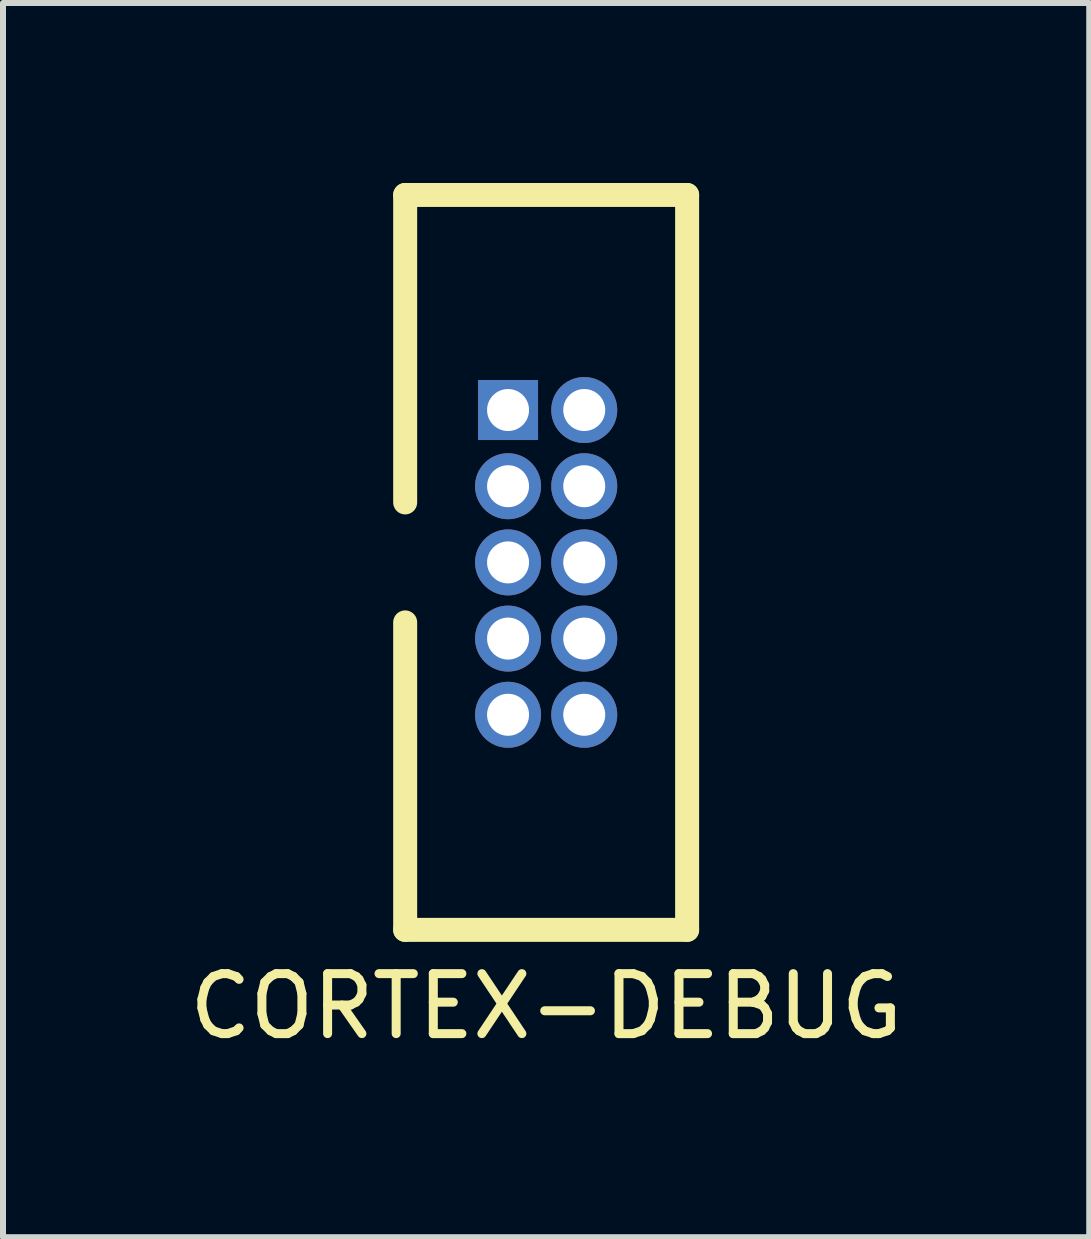
<source format=kicad_pcb>
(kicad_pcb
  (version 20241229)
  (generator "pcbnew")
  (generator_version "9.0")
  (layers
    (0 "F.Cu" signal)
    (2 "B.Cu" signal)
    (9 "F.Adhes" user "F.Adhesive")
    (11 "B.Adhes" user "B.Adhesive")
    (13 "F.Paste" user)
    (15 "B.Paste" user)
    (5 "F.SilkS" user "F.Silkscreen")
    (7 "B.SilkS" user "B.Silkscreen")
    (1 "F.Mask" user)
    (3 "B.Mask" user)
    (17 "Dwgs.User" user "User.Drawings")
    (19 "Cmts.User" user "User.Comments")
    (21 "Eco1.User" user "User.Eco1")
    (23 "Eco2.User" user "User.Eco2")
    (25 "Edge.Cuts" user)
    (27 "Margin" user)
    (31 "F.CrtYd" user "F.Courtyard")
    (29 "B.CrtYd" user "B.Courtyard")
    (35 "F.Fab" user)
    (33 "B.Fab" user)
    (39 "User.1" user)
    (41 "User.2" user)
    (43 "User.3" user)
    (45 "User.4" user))
  (footprint "CORTEX-DEBUG"
    (layer "F.Cu")
    (at 6.054 6.325)
    (property "Reference" "CORTEX-DEBUG" (at 0 7.4 0) (layer "F.SilkS") (effects (font (size 1 1) (thickness 0.15))))
    (attr through_hole)
    (fp_line (start -2.35 -6.125) (end -2.35 -1) (stroke (width 0.4) (type solid)) (layer "F.SilkS"))
    (fp_line (start -2.35 -6.125) (end 2.35 -6.125) (stroke (width 0.4) (type solid)) (layer "F.SilkS"))
    (fp_line (start -2.35 1) (end -2.35 6.125) (stroke (width 0.4) (type solid)) (layer "F.SilkS"))
    (fp_line (start -2.35 6.125) (end 2.35 6.125) (stroke (width 0.4) (type solid)) (layer "F.SilkS"))
    (fp_line (start 2.35 -6.125) (end 2.35 6.125) (stroke (width 0.4) (type solid)) (layer "F.SilkS"))
    (pad "1" thru_hole rect (at -0.635 -2.54) (size 1 1) (drill 0.7) (layers "*.Cu" "*.Mask"))
    (pad "2" thru_hole circle (at 0.635 -2.54) (size 1.1 1.1) (drill 0.7) (layers "*.Cu" "*.Mask"))
    (pad "3" thru_hole circle (at -0.635 -1.27) (size 1.1 1.1) (drill 0.7) (layers "*.Cu" "*.Mask"))
    (pad "4" thru_hole circle (at 0.635 -1.27) (size 1.1 1.1) (drill 0.7) (layers "*.Cu" "*.Mask"))
    (pad "5" thru_hole circle (at -0.635 0) (size 1.1 1.1) (drill 0.7) (layers "*.Cu" "*.Mask"))
    (pad "6" thru_hole circle (at 0.635 0) (size 1.1 1.1) (drill 0.7) (layers "*.Cu" "*.Mask"))
    (pad "7" thru_hole circle (at -0.635 1.27) (size 1.1 1.1) (drill 0.7) (layers "*.Cu" "*.Mask"))
    (pad "8" thru_hole circle (at 0.635 1.27) (size 1.1 1.1) (drill 0.7) (layers "*.Cu" "*.Mask"))
    (pad "9" thru_hole circle (at -0.635 2.54) (size 1.1 1.1) (drill 0.7) (layers "*.Cu" "*.Mask"))
    (pad "10" thru_hole circle (at 0.635 2.54) (size 1.1 1.1) (drill 0.7) (layers "*.Cu" "*.Mask")))
  (gr_rect
    (start -3 -3)
    (end 15.107 17.573)
    (stroke (width 0.1) (type default))
    (fill no)
    (layer "Edge.Cuts")))
</source>
